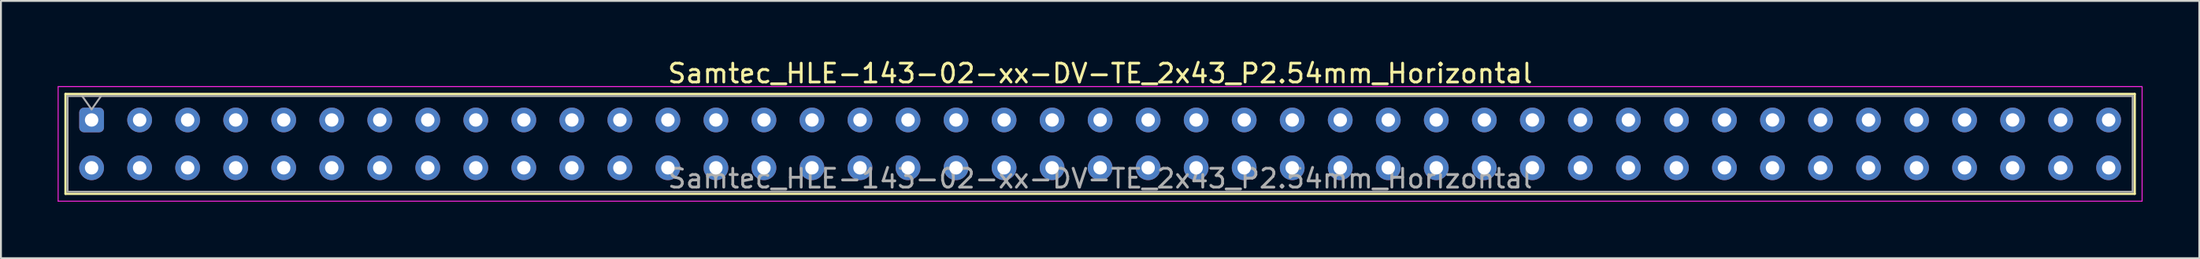
<source format=kicad_pcb>
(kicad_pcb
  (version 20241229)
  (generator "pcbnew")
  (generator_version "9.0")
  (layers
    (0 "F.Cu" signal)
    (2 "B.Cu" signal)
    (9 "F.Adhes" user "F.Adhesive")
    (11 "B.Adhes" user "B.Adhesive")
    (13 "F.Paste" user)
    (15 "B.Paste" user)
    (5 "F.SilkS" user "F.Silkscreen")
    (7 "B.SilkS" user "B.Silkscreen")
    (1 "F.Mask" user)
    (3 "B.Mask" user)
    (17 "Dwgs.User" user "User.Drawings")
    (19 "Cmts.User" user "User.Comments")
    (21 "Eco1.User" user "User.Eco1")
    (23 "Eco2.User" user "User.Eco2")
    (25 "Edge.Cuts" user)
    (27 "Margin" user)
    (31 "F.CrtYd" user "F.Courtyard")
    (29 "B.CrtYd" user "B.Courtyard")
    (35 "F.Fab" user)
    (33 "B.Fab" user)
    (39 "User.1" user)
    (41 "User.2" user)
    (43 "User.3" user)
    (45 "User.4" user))
  (footprint "Samtec_HLE-143-02-xx-DV-TE_2x43_P2.54mm_Horizontal"
    (layer "F.Cu")
    (at 1.795 3.318)
    (property "Reference" "Samtec_HLE-143-02-xx-DV-TE_2x43_P2.54mm_Horizontal" (at 53.34 -2.47 0) (layer "F.SilkS") (effects (font (size 1 1) (thickness 0.15))))
    (attr through_hole)
    (fp_line (start -1.38 -1.38) (end 108.06 -1.38) (stroke (width 0.12) (type solid)) (layer "F.SilkS"))
    (fp_line (start -1.38 3.92) (end -1.38 -1.38) (stroke (width 0.12) (type solid)) (layer "F.SilkS"))
    (fp_line (start 108.06 -1.38) (end 108.06 3.92) (stroke (width 0.12) (type solid)) (layer "F.SilkS"))
    (fp_line (start 108.06 3.92) (end -1.38 3.92) (stroke (width 0.12) (type solid)) (layer "F.SilkS"))
    (fp_line (start -1.77 -1.77) (end 108.45 -1.77) (stroke (width 0.05) (type solid)) (layer "F.CrtYd"))
    (fp_line (start -1.77 4.31) (end -1.77 -1.77) (stroke (width 0.05) (type solid)) (layer "F.CrtYd"))
    (fp_line (start 108.45 -1.77) (end 108.45 4.31) (stroke (width 0.05) (type solid)) (layer "F.CrtYd"))
    (fp_line (start 108.45 4.31) (end -1.77 4.31) (stroke (width 0.05) (type solid)) (layer "F.CrtYd"))
    (fp_line (start -1.27 -1.27) (end 107.95 -1.27) (stroke (width 0.1) (type solid)) (layer "F.Fab"))
    (fp_line (start -1.27 3.81) (end -1.27 -1.27) (stroke (width 0.1) (type solid)) (layer "F.Fab"))
    (fp_line (start -0.5 -1.27) (end 0 -0.563) (stroke (width 0.1) (type solid)) (layer "F.Fab"))
    (fp_line (start 0 -0.563) (end 0.5 -1.27) (stroke (width 0.1) (type solid)) (layer "F.Fab"))
    (fp_line (start 107.95 -1.27) (end 107.95 3.81) (stroke (width 0.1) (type solid)) (layer "F.Fab"))
    (fp_line (start 107.95 3.81) (end -1.27 3.81) (stroke (width 0.1) (type solid)) (layer "F.Fab"))
    (fp_text user "${REFERENCE}" (at 53.34 3.11 0) (layer "F.Fab") (effects (font (size 1 1) (thickness 0.15))))
    (pad "1" thru_hole roundrect (at 0 0) (size 1.31 1.31) (drill 0.71) (layers "*.Cu" "*.Mask") (roundrect_rratio 0.191))
    (pad "2" thru_hole circle (at 0 2.54) (size 1.31 1.31) (drill 0.71) (layers "*.Cu" "*.Mask"))
    (pad "3" thru_hole circle (at 2.54 0) (size 1.31 1.31) (drill 0.71) (layers "*.Cu" "*.Mask"))
    (pad "4" thru_hole circle (at 2.54 2.54) (size 1.31 1.31) (drill 0.71) (layers "*.Cu" "*.Mask"))
    (pad "5" thru_hole circle (at 5.08 0) (size 1.31 1.31) (drill 0.71) (layers "*.Cu" "*.Mask"))
    (pad "6" thru_hole circle (at 5.08 2.54) (size 1.31 1.31) (drill 0.71) (layers "*.Cu" "*.Mask"))
    (pad "7" thru_hole circle (at 7.62 0) (size 1.31 1.31) (drill 0.71) (layers "*.Cu" "*.Mask"))
    (pad "8" thru_hole circle (at 7.62 2.54) (size 1.31 1.31) (drill 0.71) (layers "*.Cu" "*.Mask"))
    (pad "9" thru_hole circle (at 10.16 0) (size 1.31 1.31) (drill 0.71) (layers "*.Cu" "*.Mask"))
    (pad "10" thru_hole circle (at 10.16 2.54) (size 1.31 1.31) (drill 0.71) (layers "*.Cu" "*.Mask"))
    (pad "11" thru_hole circle (at 12.7 0) (size 1.31 1.31) (drill 0.71) (layers "*.Cu" "*.Mask"))
    (pad "12" thru_hole circle (at 12.7 2.54) (size 1.31 1.31) (drill 0.71) (layers "*.Cu" "*.Mask"))
    (pad "13" thru_hole circle (at 15.24 0) (size 1.31 1.31) (drill 0.71) (layers "*.Cu" "*.Mask"))
    (pad "14" thru_hole circle (at 15.24 2.54) (size 1.31 1.31) (drill 0.71) (layers "*.Cu" "*.Mask"))
    (pad "15" thru_hole circle (at 17.78 0) (size 1.31 1.31) (drill 0.71) (layers "*.Cu" "*.Mask"))
    (pad "16" thru_hole circle (at 17.78 2.54) (size 1.31 1.31) (drill 0.71) (layers "*.Cu" "*.Mask"))
    (pad "17" thru_hole circle (at 20.32 0) (size 1.31 1.31) (drill 0.71) (layers "*.Cu" "*.Mask"))
    (pad "18" thru_hole circle (at 20.32 2.54) (size 1.31 1.31) (drill 0.71) (layers "*.Cu" "*.Mask"))
    (pad "19" thru_hole circle (at 22.86 0) (size 1.31 1.31) (drill 0.71) (layers "*.Cu" "*.Mask"))
    (pad "20" thru_hole circle (at 22.86 2.54) (size 1.31 1.31) (drill 0.71) (layers "*.Cu" "*.Mask"))
    (pad "21" thru_hole circle (at 25.4 0) (size 1.31 1.31) (drill 0.71) (layers "*.Cu" "*.Mask"))
    (pad "22" thru_hole circle (at 25.4 2.54) (size 1.31 1.31) (drill 0.71) (layers "*.Cu" "*.Mask"))
    (pad "23" thru_hole circle (at 27.94 0) (size 1.31 1.31) (drill 0.71) (layers "*.Cu" "*.Mask"))
    (pad "24" thru_hole circle (at 27.94 2.54) (size 1.31 1.31) (drill 0.71) (layers "*.Cu" "*.Mask"))
    (pad "25" thru_hole circle (at 30.48 0) (size 1.31 1.31) (drill 0.71) (layers "*.Cu" "*.Mask"))
    (pad "26" thru_hole circle (at 30.48 2.54) (size 1.31 1.31) (drill 0.71) (layers "*.Cu" "*.Mask"))
    (pad "27" thru_hole circle (at 33.02 0) (size 1.31 1.31) (drill 0.71) (layers "*.Cu" "*.Mask"))
    (pad "28" thru_hole circle (at 33.02 2.54) (size 1.31 1.31) (drill 0.71) (layers "*.Cu" "*.Mask"))
    (pad "29" thru_hole circle (at 35.56 0) (size 1.31 1.31) (drill 0.71) (layers "*.Cu" "*.Mask"))
    (pad "30" thru_hole circle (at 35.56 2.54) (size 1.31 1.31) (drill 0.71) (layers "*.Cu" "*.Mask"))
    (pad "31" thru_hole circle (at 38.1 0) (size 1.31 1.31) (drill 0.71) (layers "*.Cu" "*.Mask"))
    (pad "32" thru_hole circle (at 38.1 2.54) (size 1.31 1.31) (drill 0.71) (layers "*.Cu" "*.Mask"))
    (pad "33" thru_hole circle (at 40.64 0) (size 1.31 1.31) (drill 0.71) (layers "*.Cu" "*.Mask"))
    (pad "34" thru_hole circle (at 40.64 2.54) (size 1.31 1.31) (drill 0.71) (layers "*.Cu" "*.Mask"))
    (pad "35" thru_hole circle (at 43.18 0) (size 1.31 1.31) (drill 0.71) (layers "*.Cu" "*.Mask"))
    (pad "36" thru_hole circle (at 43.18 2.54) (size 1.31 1.31) (drill 0.71) (layers "*.Cu" "*.Mask"))
    (pad "37" thru_hole circle (at 45.72 0) (size 1.31 1.31) (drill 0.71) (layers "*.Cu" "*.Mask"))
    (pad "38" thru_hole circle (at 45.72 2.54) (size 1.31 1.31) (drill 0.71) (layers "*.Cu" "*.Mask"))
    (pad "39" thru_hole circle (at 48.26 0) (size 1.31 1.31) (drill 0.71) (layers "*.Cu" "*.Mask"))
    (pad "40" thru_hole circle (at 48.26 2.54) (size 1.31 1.31) (drill 0.71) (layers "*.Cu" "*.Mask"))
    (pad "41" thru_hole circle (at 50.8 0) (size 1.31 1.31) (drill 0.71) (layers "*.Cu" "*.Mask"))
    (pad "42" thru_hole circle (at 50.8 2.54) (size 1.31 1.31) (drill 0.71) (layers "*.Cu" "*.Mask"))
    (pad "43" thru_hole circle (at 53.34 0) (size 1.31 1.31) (drill 0.71) (layers "*.Cu" "*.Mask"))
    (pad "44" thru_hole circle (at 53.34 2.54) (size 1.31 1.31) (drill 0.71) (layers "*.Cu" "*.Mask"))
    (pad "45" thru_hole circle (at 55.88 0) (size 1.31 1.31) (drill 0.71) (layers "*.Cu" "*.Mask"))
    (pad "46" thru_hole circle (at 55.88 2.54) (size 1.31 1.31) (drill 0.71) (layers "*.Cu" "*.Mask"))
    (pad "47" thru_hole circle (at 58.42 0) (size 1.31 1.31) (drill 0.71) (layers "*.Cu" "*.Mask"))
    (pad "48" thru_hole circle (at 58.42 2.54) (size 1.31 1.31) (drill 0.71) (layers "*.Cu" "*.Mask"))
    (pad "49" thru_hole circle (at 60.96 0) (size 1.31 1.31) (drill 0.71) (layers "*.Cu" "*.Mask"))
    (pad "50" thru_hole circle (at 60.96 2.54) (size 1.31 1.31) (drill 0.71) (layers "*.Cu" "*.Mask"))
    (pad "51" thru_hole circle (at 63.5 0) (size 1.31 1.31) (drill 0.71) (layers "*.Cu" "*.Mask"))
    (pad "52" thru_hole circle (at 63.5 2.54) (size 1.31 1.31) (drill 0.71) (layers "*.Cu" "*.Mask"))
    (pad "53" thru_hole circle (at 66.04 0) (size 1.31 1.31) (drill 0.71) (layers "*.Cu" "*.Mask"))
    (pad "54" thru_hole circle (at 66.04 2.54) (size 1.31 1.31) (drill 0.71) (layers "*.Cu" "*.Mask"))
    (pad "55" thru_hole circle (at 68.58 0) (size 1.31 1.31) (drill 0.71) (layers "*.Cu" "*.Mask"))
    (pad "56" thru_hole circle (at 68.58 2.54) (size 1.31 1.31) (drill 0.71) (layers "*.Cu" "*.Mask"))
    (pad "57" thru_hole circle (at 71.12 0) (size 1.31 1.31) (drill 0.71) (layers "*.Cu" "*.Mask"))
    (pad "58" thru_hole circle (at 71.12 2.54) (size 1.31 1.31) (drill 0.71) (layers "*.Cu" "*.Mask"))
    (pad "59" thru_hole circle (at 73.66 0) (size 1.31 1.31) (drill 0.71) (layers "*.Cu" "*.Mask"))
    (pad "60" thru_hole circle (at 73.66 2.54) (size 1.31 1.31) (drill 0.71) (layers "*.Cu" "*.Mask"))
    (pad "61" thru_hole circle (at 76.2 0) (size 1.31 1.31) (drill 0.71) (layers "*.Cu" "*.Mask"))
    (pad "62" thru_hole circle (at 76.2 2.54) (size 1.31 1.31) (drill 0.71) (layers "*.Cu" "*.Mask"))
    (pad "63" thru_hole circle (at 78.74 0) (size 1.31 1.31) (drill 0.71) (layers "*.Cu" "*.Mask"))
    (pad "64" thru_hole circle (at 78.74 2.54) (size 1.31 1.31) (drill 0.71) (layers "*.Cu" "*.Mask"))
    (pad "65" thru_hole circle (at 81.28 0) (size 1.31 1.31) (drill 0.71) (layers "*.Cu" "*.Mask"))
    (pad "66" thru_hole circle (at 81.28 2.54) (size 1.31 1.31) (drill 0.71) (layers "*.Cu" "*.Mask"))
    (pad "67" thru_hole circle (at 83.82 0) (size 1.31 1.31) (drill 0.71) (layers "*.Cu" "*.Mask"))
    (pad "68" thru_hole circle (at 83.82 2.54) (size 1.31 1.31) (drill 0.71) (layers "*.Cu" "*.Mask"))
    (pad "69" thru_hole circle (at 86.36 0) (size 1.31 1.31) (drill 0.71) (layers "*.Cu" "*.Mask"))
    (pad "70" thru_hole circle (at 86.36 2.54) (size 1.31 1.31) (drill 0.71) (layers "*.Cu" "*.Mask"))
    (pad "71" thru_hole circle (at 88.9 0) (size 1.31 1.31) (drill 0.71) (layers "*.Cu" "*.Mask"))
    (pad "72" thru_hole circle (at 88.9 2.54) (size 1.31 1.31) (drill 0.71) (layers "*.Cu" "*.Mask"))
    (pad "73" thru_hole circle (at 91.44 0) (size 1.31 1.31) (drill 0.71) (layers "*.Cu" "*.Mask"))
    (pad "74" thru_hole circle (at 91.44 2.54) (size 1.31 1.31) (drill 0.71) (layers "*.Cu" "*.Mask"))
    (pad "75" thru_hole circle (at 93.98 0) (size 1.31 1.31) (drill 0.71) (layers "*.Cu" "*.Mask"))
    (pad "76" thru_hole circle (at 93.98 2.54) (size 1.31 1.31) (drill 0.71) (layers "*.Cu" "*.Mask"))
    (pad "77" thru_hole circle (at 96.52 0) (size 1.31 1.31) (drill 0.71) (layers "*.Cu" "*.Mask"))
    (pad "78" thru_hole circle (at 96.52 2.54) (size 1.31 1.31) (drill 0.71) (layers "*.Cu" "*.Mask"))
    (pad "79" thru_hole circle (at 99.06 0) (size 1.31 1.31) (drill 0.71) (layers "*.Cu" "*.Mask"))
    (pad "80" thru_hole circle (at 99.06 2.54) (size 1.31 1.31) (drill 0.71) (layers "*.Cu" "*.Mask"))
    (pad "81" thru_hole circle (at 101.6 0) (size 1.31 1.31) (drill 0.71) (layers "*.Cu" "*.Mask"))
    (pad "82" thru_hole circle (at 101.6 2.54) (size 1.31 1.31) (drill 0.71) (layers "*.Cu" "*.Mask"))
    (pad "83" thru_hole circle (at 104.14 0) (size 1.31 1.31) (drill 0.71) (layers "*.Cu" "*.Mask"))
    (pad "84" thru_hole circle (at 104.14 2.54) (size 1.31 1.31) (drill 0.71) (layers "*.Cu" "*.Mask"))
    (pad "85" thru_hole circle (at 106.68 0) (size 1.31 1.31) (drill 0.71) (layers "*.Cu" "*.Mask"))
    (pad "86" thru_hole circle (at 106.68 2.54) (size 1.31 1.31) (drill 0.71) (layers "*.Cu" "*.Mask")))
  (gr_rect
    (start -3 -3)
    (end 113.27 10.653)
    (stroke (width 0.1) (type default))
    (fill no)
    (layer "Edge.Cuts")))
</source>
